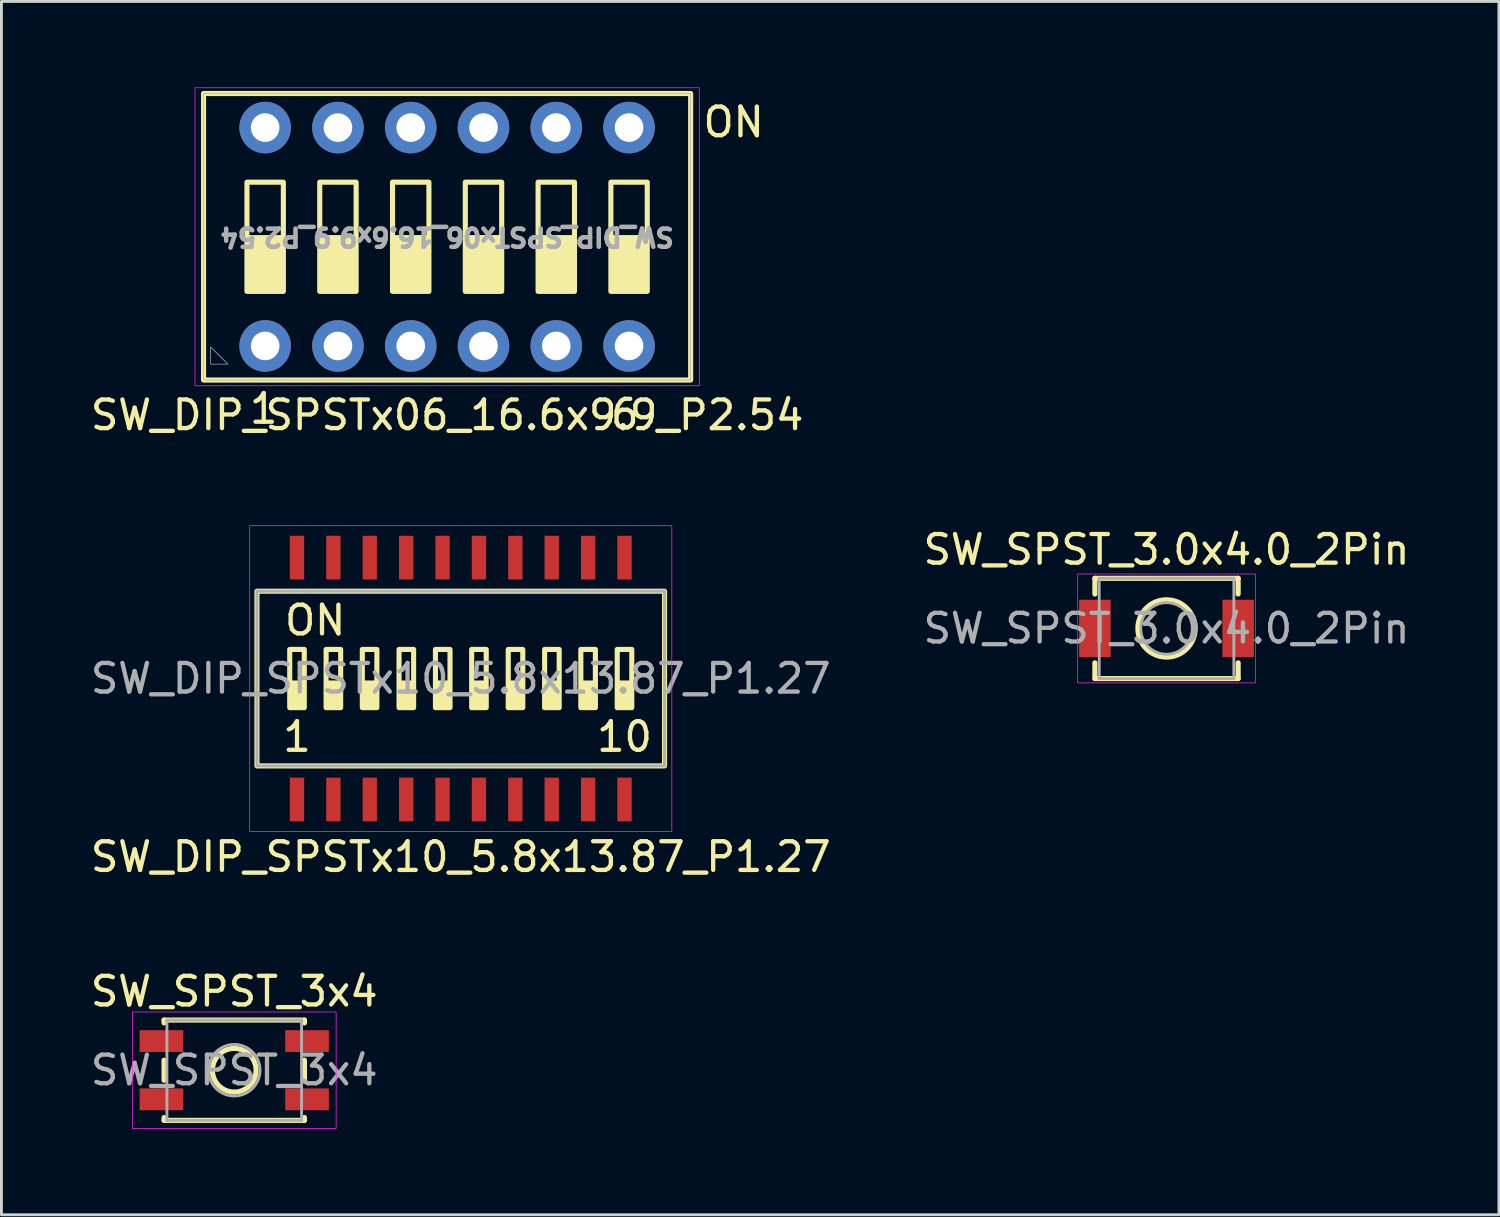
<source format=kicad_pcb>
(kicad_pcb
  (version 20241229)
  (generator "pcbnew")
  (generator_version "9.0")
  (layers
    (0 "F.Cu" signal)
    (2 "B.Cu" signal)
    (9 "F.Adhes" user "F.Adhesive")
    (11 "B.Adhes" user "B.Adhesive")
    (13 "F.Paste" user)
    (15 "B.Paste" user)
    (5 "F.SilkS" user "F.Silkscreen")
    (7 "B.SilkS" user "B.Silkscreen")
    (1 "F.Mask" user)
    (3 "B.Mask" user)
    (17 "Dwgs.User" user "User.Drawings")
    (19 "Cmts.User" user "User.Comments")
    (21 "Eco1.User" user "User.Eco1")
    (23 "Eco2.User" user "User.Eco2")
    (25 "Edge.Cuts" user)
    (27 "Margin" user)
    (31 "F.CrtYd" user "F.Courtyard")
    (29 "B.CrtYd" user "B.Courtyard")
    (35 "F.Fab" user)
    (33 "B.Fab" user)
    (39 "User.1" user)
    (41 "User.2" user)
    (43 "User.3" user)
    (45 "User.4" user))
  (footprint "SW_DIP_SPSTx10_5.8x13.87_P1.27"
    (layer "F.Cu")
    (at 13.03 20.631)
    (property "Reference" "SW_DIP_SPSTx10_5.8x13.87_P1.27" (at 0 6.223 0) (unlocked yes) (layer "F.SilkS") (effects (font (size 1 1) (thickness 0.15))))
    (attr smd)
    (fp_rect (start -7.112 -3.048) (end 7.112 3.048) (stroke (width 0.178) (type solid)) (fill no) (layer "F.SilkS"))
    (fp_rect (start -5.969 -1.016) (end -5.461 1.016) (stroke (width 0.178) (type solid)) (fill no) (layer "F.SilkS"))
    (fp_rect (start -5.969 1.016) (end -5.461 0.127) (stroke (width 0.12) (type solid)) (fill yes) (layer "F.SilkS"))
    (fp_rect (start -4.699 -1.016) (end -4.191 1.016) (stroke (width 0.178) (type solid)) (fill no) (layer "F.SilkS"))
    (fp_rect (start -4.699 1.016) (end -4.191 0.127) (stroke (width 0.12) (type solid)) (fill yes) (layer "F.SilkS"))
    (fp_rect (start -3.435 -1.016) (end -2.927 1.016) (stroke (width 0.178) (type solid)) (fill no) (layer "F.SilkS"))
    (fp_rect (start -3.429 1.016) (end -2.921 0.127) (stroke (width 0.12) (type solid)) (fill yes) (layer "F.SilkS"))
    (fp_rect (start -2.159 1.016) (end -1.651 0.127) (stroke (width 0.12) (type solid)) (fill yes) (layer "F.SilkS"))
    (fp_rect (start -2.153 -1.016) (end -1.645 1.016) (stroke (width 0.178) (type solid)) (fill no) (layer "F.SilkS"))
    (fp_rect (start -0.889 1.016) (end -0.381 0.127) (stroke (width 0.12) (type solid)) (fill yes) (layer "F.SilkS"))
    (fp_rect (start -0.883 -1.016) (end -0.375 1.016) (stroke (width 0.178) (type solid)) (fill no) (layer "F.SilkS"))
    (fp_rect (start 0.381 -1.016) (end 0.889 1.016) (stroke (width 0.178) (type solid)) (fill no) (layer "F.SilkS"))
    (fp_rect (start 0.381 1.016) (end 0.889 0.127) (stroke (width 0.12) (type solid)) (fill yes) (layer "F.SilkS"))
    (fp_rect (start 1.651 1.016) (end 2.159 0.127) (stroke (width 0.12) (type solid)) (fill yes) (layer "F.SilkS"))
    (fp_rect (start 1.657 -1.016) (end 2.165 1.016) (stroke (width 0.178) (type solid)) (fill no) (layer "F.SilkS"))
    (fp_rect (start 2.921 1.016) (end 3.429 0.127) (stroke (width 0.12) (type solid)) (fill yes) (layer "F.SilkS"))
    (fp_rect (start 2.927 -1.016) (end 3.435 1.016) (stroke (width 0.178) (type solid)) (fill no) (layer "F.SilkS"))
    (fp_rect (start 4.191 -1.016) (end 4.699 1.016) (stroke (width 0.178) (type solid)) (fill no) (layer "F.SilkS"))
    (fp_rect (start 4.191 1.016) (end 4.699 0.127) (stroke (width 0.12) (type solid)) (fill yes) (layer "F.SilkS"))
    (fp_rect (start 5.461 -1.016) (end 5.969 1.016) (stroke (width 0.178) (type solid)) (fill no) (layer "F.SilkS"))
    (fp_rect (start 5.461 1.016) (end 5.969 0.127) (stroke (width 0.12) (type solid)) (fill yes) (layer "F.SilkS"))
    (fp_rect (start -7.366 -5.334) (end 7.366 5.334) (stroke (width 0.025) (type solid)) (fill no) (layer "F.CrtYd"))
    (fp_rect (start -7.112 -3.048) (end 7.112 3.048) (stroke (width 0.1) (type solid)) (fill no) (layer "F.Fab"))
    (fp_text user "1" (at -5.715 2.032 0) (unlocked yes) (layer "F.SilkS") (effects (font (size 1 1) (thickness 0.15))))
    (fp_text user "ON" (at -5.08 -2.032 0) (unlocked yes) (layer "F.SilkS") (effects (font (size 1 1) (thickness 0.15))))
    (fp_text user "10" (at 5.715 2.032 0) (unlocked yes) (layer "F.SilkS") (effects (font (size 1 1) (thickness 0.15))))
    (fp_text user "${REFERENCE}" (at 0 0 0) (unlocked yes) (layer "F.Fab") (effects (font (size 1 1) (thickness 0.15))))
    (pad "1" smd rect (at -5.715 4.22) (size 0.5 1.524) (layers "F.Cu" "F.Mask" "F.Paste"))
    (pad "2" smd rect (at -4.445 4.22) (size 0.5 1.524) (layers "F.Cu" "F.Mask" "F.Paste"))
    (pad "3" smd rect (at -3.175 4.22) (size 0.5 1.524) (layers "F.Cu" "F.Mask" "F.Paste"))
    (pad "4" smd rect (at -1.905 4.22) (size 0.5 1.524) (layers "F.Cu" "F.Mask" "F.Paste"))
    (pad "5" smd rect (at -0.635 4.22) (size 0.5 1.524) (layers "F.Cu" "F.Mask" "F.Paste"))
    (pad "6" smd rect (at 0.635 4.22) (size 0.5 1.524) (layers "F.Cu" "F.Mask" "F.Paste"))
    (pad "7" smd rect (at 1.905 4.22) (size 0.5 1.524) (layers "F.Cu" "F.Mask" "F.Paste"))
    (pad "8" smd rect (at 3.175 4.22) (size 0.5 1.524) (layers "F.Cu" "F.Mask" "F.Paste"))
    (pad "9" smd rect (at 4.445 4.22) (size 0.5 1.524) (layers "F.Cu" "F.Mask" "F.Paste"))
    (pad "10" smd rect (at 5.715 4.22) (size 0.5 1.524) (layers "F.Cu" "F.Mask" "F.Paste"))
    (pad "11" smd rect (at 5.715 -4.22) (size 0.5 1.524) (layers "F.Cu" "F.Mask" "F.Paste"))
    (pad "12" smd rect (at 4.445 -4.22) (size 0.5 1.524) (layers "F.Cu" "F.Mask" "F.Paste"))
    (pad "13" smd rect (at 3.175 -4.22) (size 0.5 1.524) (layers "F.Cu" "F.Mask" "F.Paste"))
    (pad "14" smd rect (at 1.905 -4.22) (size 0.5 1.524) (layers "F.Cu" "F.Mask" "F.Paste"))
    (pad "15" smd rect (at 0.635 -4.22) (size 0.5 1.524) (layers "F.Cu" "F.Mask" "F.Paste"))
    (pad "16" smd rect (at -0.635 -4.22) (size 0.5 1.524) (layers "F.Cu" "F.Mask" "F.Paste"))
    (pad "17" smd rect (at -1.905 -4.22) (size 0.5 1.524) (layers "F.Cu" "F.Mask" "F.Paste"))
    (pad "18" smd rect (at -3.175 -4.22) (size 0.5 1.524) (layers "F.Cu" "F.Mask" "F.Paste"))
    (pad "19" smd rect (at -4.445 -4.22) (size 0.5 1.524) (layers "F.Cu" "F.Mask" "F.Paste"))
    (pad "20" smd rect (at -5.715 -4.22) (size 0.5 1.524) (layers "F.Cu" "F.Mask" "F.Paste")))
  (footprint "SW_SPST_3.0x4.0_2Pin"
    (layer "F.Cu")
    (at 37.661 18.882)
    (property "Reference" "SW_SPST_3.0x4.0_2Pin" (at 0 -2.75 0) (layer "F.SilkS") (effects (font (size 1 1) (thickness 0.15))))
    (attr smd)
    (fp_line (start -2.5 -1.75) (end -2.5 -1.2) (stroke (width 0.178) (type solid)) (layer "F.SilkS"))
    (fp_line (start -2.5 1.2) (end -2.5 1.75) (stroke (width 0.178) (type solid)) (layer "F.SilkS"))
    (fp_line (start -2.5 1.75) (end 2.5 1.75) (stroke (width 0.178) (type solid)) (layer "F.SilkS"))
    (fp_line (start 2.5 -1.75) (end -2.5 -1.75) (stroke (width 0.178) (type solid)) (layer "F.SilkS"))
    (fp_line (start 2.5 -1.75) (end 2.5 -1.2) (stroke (width 0.178) (type solid)) (layer "F.SilkS"))
    (fp_line (start 2.5 1.2) (end 2.5 1.75) (stroke (width 0.178) (type solid)) (layer "F.SilkS"))
    (fp_circle (center 0 0) (end 1 0) (stroke (width 0.178) (type solid)) (fill no) (layer "F.SilkS"))
    (fp_rect (start -3.1 1.9) (end 3.1 -1.9) (stroke (width 0.025) (type solid)) (fill no) (layer "F.CrtYd"))
    (fp_line (start -2.35 -1.75) (end 2.35 -1.75) (stroke (width 0.1) (type solid)) (layer "F.Fab"))
    (fp_line (start -2.35 1.75) (end -2.35 -1.75) (stroke (width 0.1) (type solid)) (layer "F.Fab"))
    (fp_line (start 2.35 -1.75) (end 2.35 1.75) (stroke (width 0.1) (type solid)) (layer "F.Fab"))
    (fp_line (start 2.35 1.75) (end -2.35 1.75) (stroke (width 0.1) (type solid)) (layer "F.Fab"))
    (fp_circle (center 0 0) (end 0.9 0) (stroke (width 0.1) (type solid)) (fill no) (layer "F.Fab"))
    (fp_text user "${REFERENCE}" (at 0 0 0) (layer "F.Fab") (effects (font (size 1 1) (thickness 0.15))))
    (pad "1" smd rect (at -2.5 0) (size 1.1 2) (layers "F.Cu" "F.Mask" "F.Paste"))
    (pad "2" smd rect (at 2.5 0) (size 1.1 2) (layers "F.Cu" "F.Mask" "F.Paste")))
  (footprint "SW_SPST_3x4"
    (layer "F.Cu")
    (at 5.125 34.3)
    (property "Reference" "SW_SPST_3x4" (at 0 -2.75 0) (layer "F.SilkS") (effects (font (size 1 1) (thickness 0.15))))
    (attr smd)
    (fp_line (start -2.45 -1.75) (end -2.45 -1.65) (stroke (width 0.178) (type solid)) (layer "F.SilkS"))
    (fp_line (start -2.45 -0.35) (end -2.45 0.35) (stroke (width 0.178) (type solid)) (layer "F.SilkS"))
    (fp_line (start -2.45 1.65) (end -2.45 1.75) (stroke (width 0.178) (type solid)) (layer "F.SilkS"))
    (fp_line (start -2.45 1.75) (end 2.45 1.75) (stroke (width 0.178) (type solid)) (layer "F.SilkS"))
    (fp_line (start 2.45 -1.75) (end -2.45 -1.75) (stroke (width 0.178) (type solid)) (layer "F.SilkS"))
    (fp_line (start 2.45 -1.75) (end 2.45 -1.65) (stroke (width 0.178) (type solid)) (layer "F.SilkS"))
    (fp_line (start 2.45 -0.35) (end 2.45 0.35) (stroke (width 0.178) (type solid)) (layer "F.SilkS"))
    (fp_line (start 2.45 1.75) (end 2.45 1.65) (stroke (width 0.178) (type solid)) (layer "F.SilkS"))
    (fp_circle (center 0 0) (end 0.762 0) (stroke (width 0.178) (type solid)) (fill no) (layer "F.SilkS"))
    (fp_rect (start -3.556 2.032) (end 3.556 -2.032) (stroke (width 0.025) (type solid)) (fill no) (layer "F.CrtYd"))
    (fp_line (start -2.35 -1.75) (end 2.35 -1.75) (stroke (width 0.1) (type solid)) (layer "F.Fab"))
    (fp_line (start -2.35 1.75) (end -2.35 -1.75) (stroke (width 0.1) (type solid)) (layer "F.Fab"))
    (fp_line (start 2.35 -1.75) (end 2.35 1.75) (stroke (width 0.1) (type solid)) (layer "F.Fab"))
    (fp_line (start 2.35 1.75) (end -2.35 1.75) (stroke (width 0.1) (type solid)) (layer "F.Fab"))
    (fp_circle (center 0 0) (end 0.9 0) (stroke (width 0.1) (type solid)) (fill no) (layer "F.Fab"))
    (fp_text user "${REFERENCE}" (at 0 0 0) (layer "F.Fab") (effects (font (size 1 1) (thickness 0.15))))
    (pad "1" smd rect (at -2.54 -1.016) (size 1.524 0.762) (layers "F.Cu" "F.Mask" "F.Paste"))
    (pad "2" smd rect (at 2.54 -1.016) (size 1.524 0.762) (layers "F.Cu" "F.Mask" "F.Paste"))
    (pad "3" smd rect (at -2.54 1.016) (size 1.524 0.762) (layers "F.Cu" "F.Mask" "F.Paste"))
    (pad "4" smd rect (at 2.54 1.016) (size 1.524 0.762) (layers "F.Cu" "F.Mask" "F.Paste")))
  (footprint "SW_DIP_SPSTx06_16.6x9.9_P2.54"
    (layer "F.Cu")
    (at 12.554 5.213)
    (property "Reference" "SW_DIP_SPSTx06_16.6x9.9_P2.54" (at 0 6.223 0) (unlocked yes) (layer "F.SilkS") (effects (font (size 1 1) (thickness 0.15))))
    (attr through_hole)
    (fp_rect (start -8.5 -5) (end 8.5 5) (stroke (width 0.178) (type solid)) (fill no) (layer "F.SilkS"))
    (fp_rect (start -6.985 -1.905) (end -5.715 1.905) (stroke (width 0.178) (type solid)) (fill no) (layer "F.SilkS"))
    (fp_rect (start -6.985 1.905) (end -5.715 0) (stroke (width 0.12) (type solid)) (fill yes) (layer "F.SilkS"))
    (fp_rect (start -4.445 -1.905) (end -3.175 1.905) (stroke (width 0.178) (type solid)) (fill no) (layer "F.SilkS"))
    (fp_rect (start -4.445 1.905) (end -3.175 0) (stroke (width 0.12) (type solid)) (fill yes) (layer "F.SilkS"))
    (fp_rect (start -1.905 -1.905) (end -0.635 1.905) (stroke (width 0.178) (type solid)) (fill no) (layer "F.SilkS"))
    (fp_rect (start -1.905 1.905) (end -0.635 0) (stroke (width 0.12) (type solid)) (fill yes) (layer "F.SilkS"))
    (fp_rect (start 0.635 -1.905) (end 1.905 1.905) (stroke (width 0.178) (type solid)) (fill no) (layer "F.SilkS"))
    (fp_rect (start 0.635 1.905) (end 1.905 0) (stroke (width 0.12) (type solid)) (fill yes) (layer "F.SilkS"))
    (fp_rect (start 3.175 -1.905) (end 4.445 1.905) (stroke (width 0.178) (type solid)) (fill no) (layer "F.SilkS"))
    (fp_rect (start 3.175 1.905) (end 4.445 0) (stroke (width 0.12) (type solid)) (fill yes) (layer "F.SilkS"))
    (fp_rect (start 5.715 -1.905) (end 6.985 1.905) (stroke (width 0.178) (type solid)) (fill no) (layer "F.SilkS"))
    (fp_rect (start 5.715 1.905) (end 6.985 0) (stroke (width 0.12) (type solid)) (fill yes) (layer "F.SilkS"))
    (fp_rect (start -8.8 -5.2) (end 8.8 5.2) (stroke (width 0.025) (type solid)) (fill no) (layer "F.CrtYd"))
    (fp_rect (start -8.5 -5) (end 8.5 5) (stroke (width 0.025) (type solid)) (fill no) (layer "F.Fab"))
    (fp_poly (pts (xy -8.255 3.845) (xy -8.255 4.445) (xy -7.655 4.445)) (stroke (width 0.025) (type solid)) (fill no) (layer "F.Fab"))
    (fp_text user "1" (at -6.4 6 0) (unlocked yes) (layer "F.SilkS") (effects (font (size 1 1) (thickness 0.15))))
    (fp_text user "ON" (at 10 -4 0) (unlocked yes) (layer "F.SilkS") (effects (font (size 1 1) (thickness 0.15))))
    (fp_text user "6" (at 6.2 6.2 0) (unlocked yes) (layer "F.SilkS") (effects (font (size 1 1) (thickness 0.15))))
    (fp_text user "${REFERENCE}" (at 0 0 180) (unlocked yes) (layer "F.Fab") (effects (font (size 0.635 0.635) (thickness 0.159) (bold yes))))
    (pad "1" thru_hole circle (at -6.35 3.81) (size 1.8 1.8) (drill 1) (layers "*.Cu" "*.Mask"))
    (pad "2" thru_hole circle (at -3.81 3.81) (size 1.8 1.8) (drill 1) (layers "*.Cu" "*.Mask"))
    (pad "3" thru_hole circle (at -1.27 3.81) (size 1.8 1.8) (drill 1) (layers "*.Cu" "*.Mask"))
    (pad "4" thru_hole circle (at 1.27 3.81) (size 1.8 1.8) (drill 1) (layers "*.Cu" "*.Mask"))
    (pad "5" thru_hole circle (at 3.81 3.81) (size 1.8 1.8) (drill 1) (layers "*.Cu" "*.Mask"))
    (pad "6" thru_hole circle (at 6.35 3.81) (size 1.8 1.8) (drill 1) (layers "*.Cu" "*.Mask"))
    (pad "7" thru_hole circle (at 6.35 -3.81) (size 1.8 1.8) (drill 1) (layers "*.Cu" "*.Mask"))
    (pad "8" thru_hole circle (at 3.81 -3.81) (size 1.8 1.8) (drill 1) (layers "*.Cu" "*.Mask"))
    (pad "9" thru_hole circle (at 1.27 -3.81) (size 1.8 1.8) (drill 1) (layers "*.Cu" "*.Mask"))
    (pad "10" thru_hole circle (at -1.27 -3.81) (size 1.8 1.8) (drill 1) (layers "*.Cu" "*.Mask"))
    (pad "11" thru_hole circle (at -3.81 -3.81) (size 1.8 1.8) (drill 1) (layers "*.Cu" "*.Mask"))
    (pad "12" thru_hole circle (at -6.35 -3.81) (size 1.8 1.8) (drill 1) (layers "*.Cu" "*.Mask")))
  (gr_rect
    (start -3 -3)
    (end 49.262 39.345)
    (stroke (width 0.1) (type default))
    (fill no)
    (layer "Edge.Cuts")))
</source>
